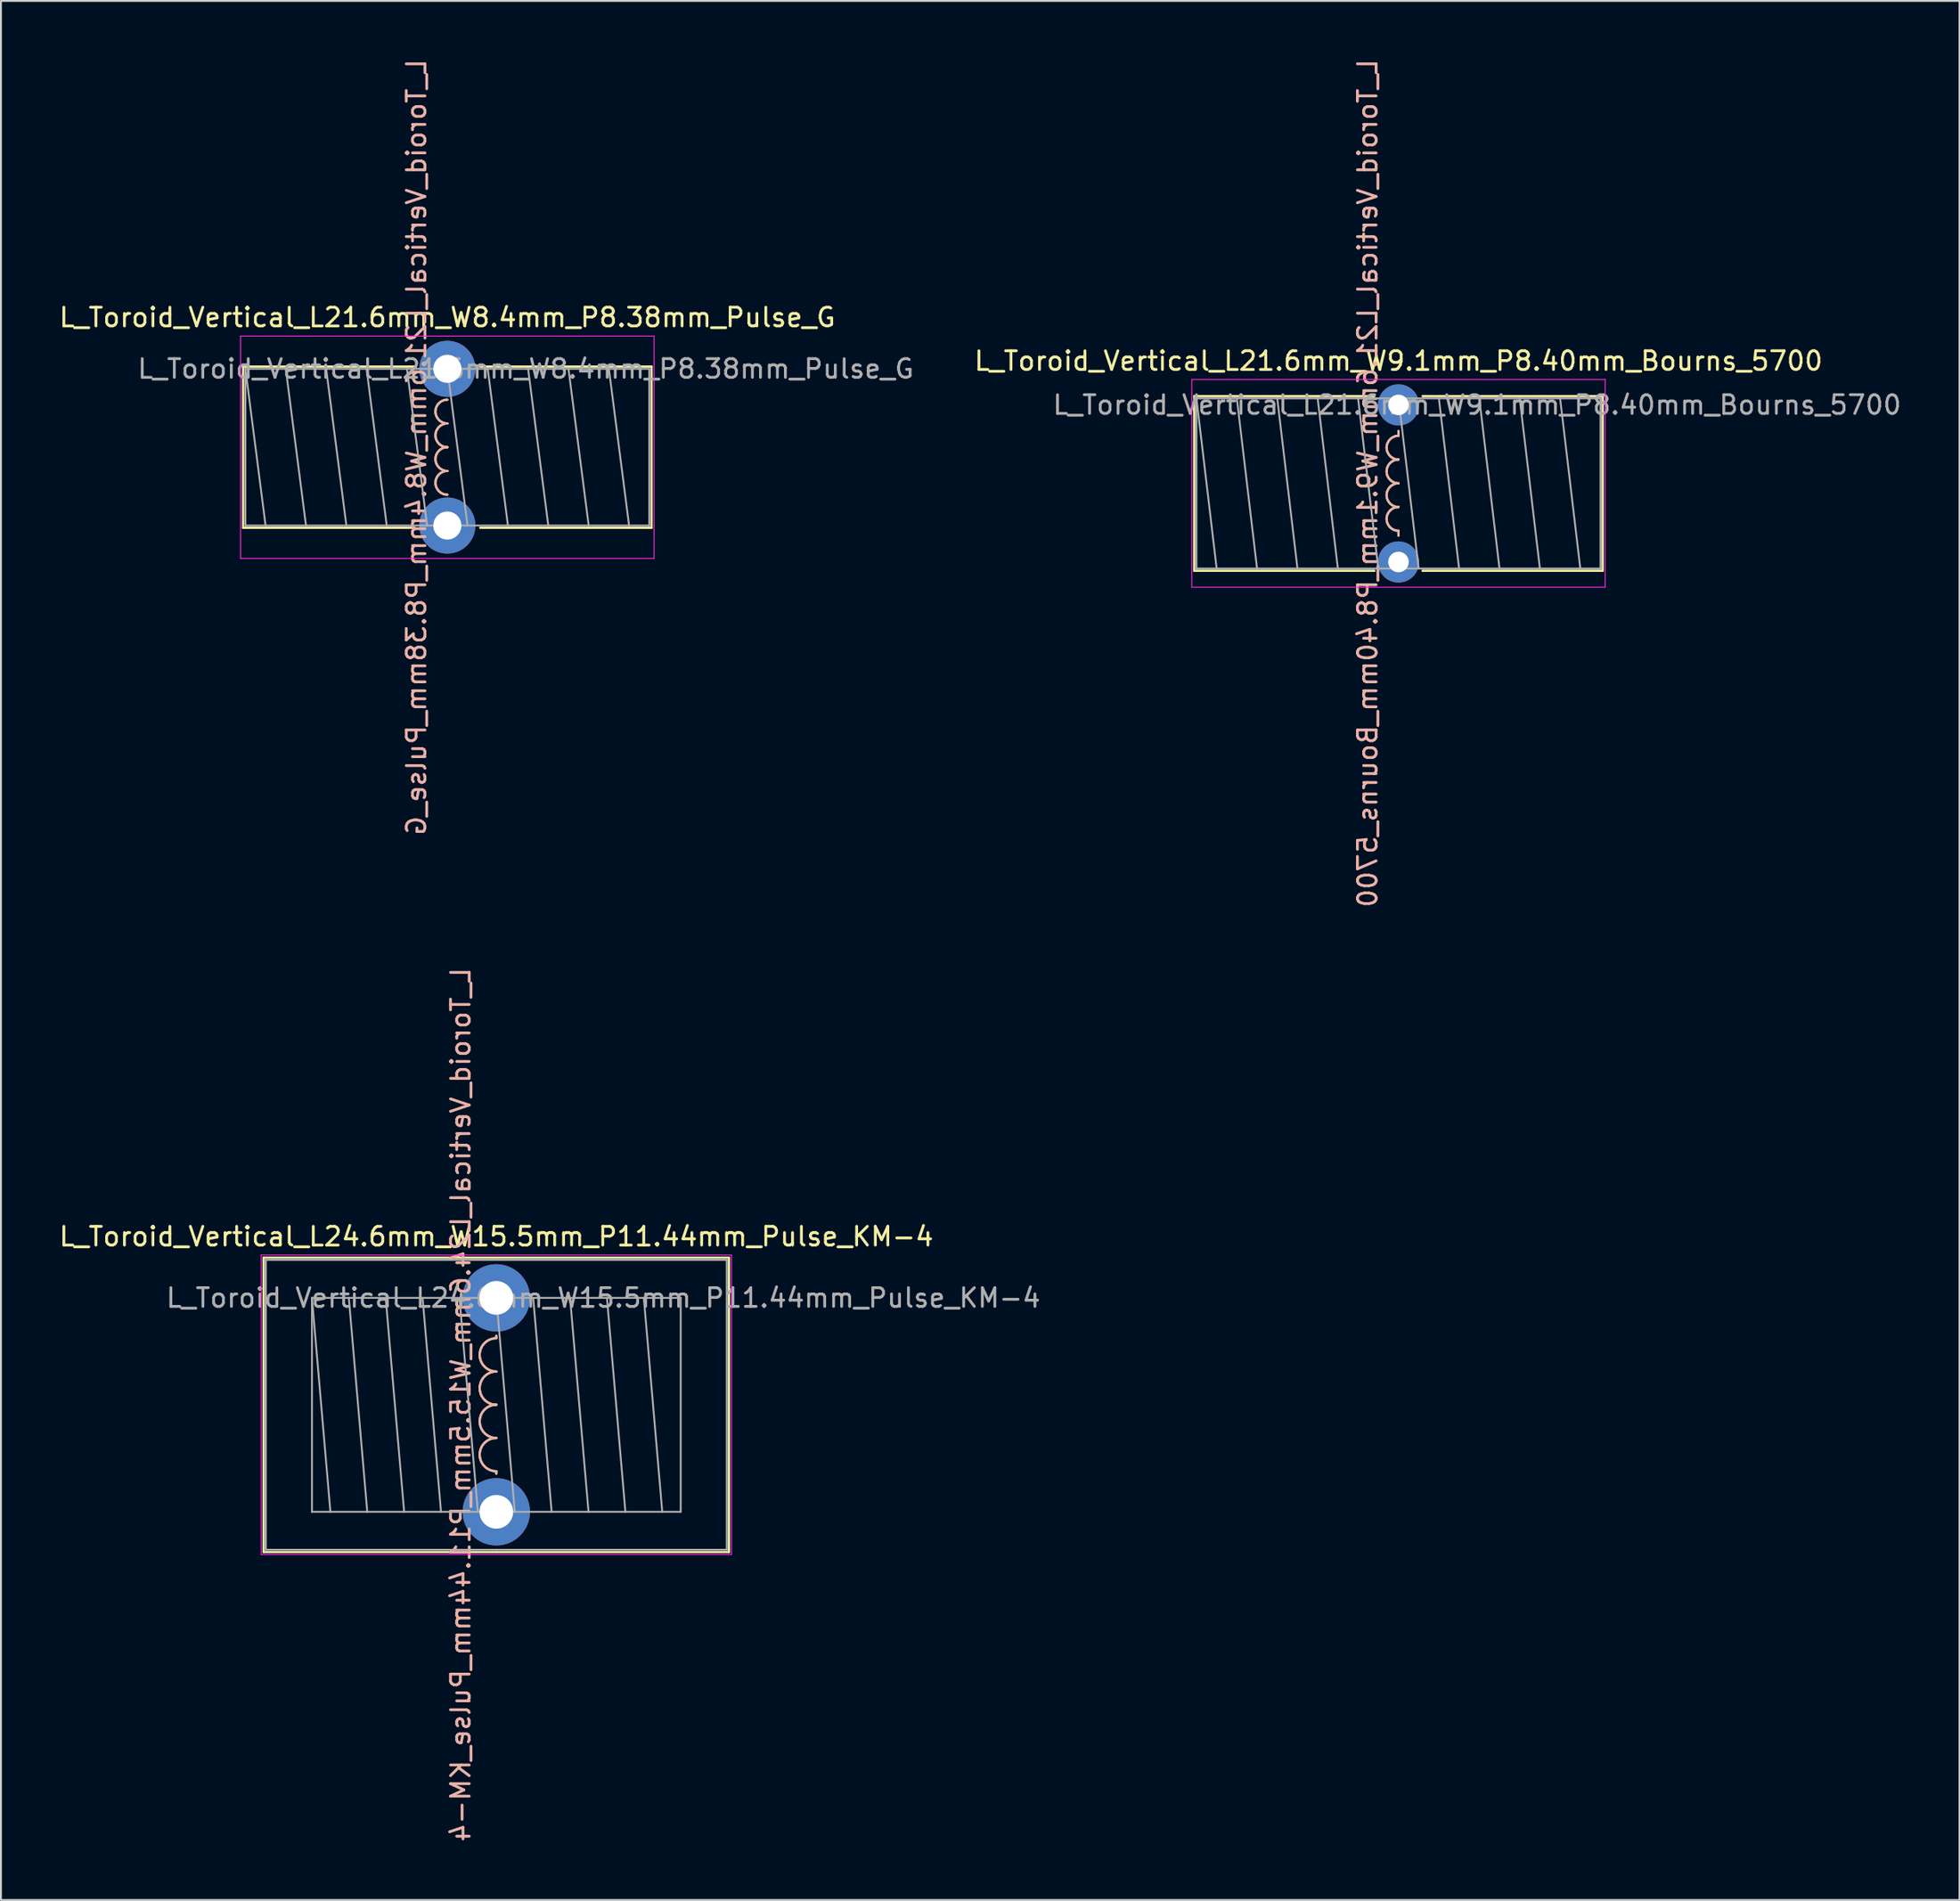
<source format=kicad_pcb>
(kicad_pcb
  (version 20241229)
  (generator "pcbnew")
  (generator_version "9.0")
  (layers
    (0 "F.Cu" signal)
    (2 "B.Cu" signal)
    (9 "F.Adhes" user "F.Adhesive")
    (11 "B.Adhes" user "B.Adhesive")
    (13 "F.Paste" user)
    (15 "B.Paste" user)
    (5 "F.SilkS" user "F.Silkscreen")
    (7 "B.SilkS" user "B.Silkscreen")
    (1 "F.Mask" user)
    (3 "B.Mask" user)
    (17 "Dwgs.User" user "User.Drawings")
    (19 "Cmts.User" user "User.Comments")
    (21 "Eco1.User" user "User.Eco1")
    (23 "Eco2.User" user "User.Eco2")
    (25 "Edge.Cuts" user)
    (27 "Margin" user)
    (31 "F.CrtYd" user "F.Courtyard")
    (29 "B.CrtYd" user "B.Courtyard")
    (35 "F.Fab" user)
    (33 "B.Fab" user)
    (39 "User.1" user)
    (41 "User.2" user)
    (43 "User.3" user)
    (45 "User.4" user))
  (footprint "L_Toroid_Vertical_L21.6mm_W8.4mm_P8.38mm_Pulse_G"
    (layer "F.Cu")
    (at 20.863 16.672)
    (property "Reference" "L_Toroid_Vertical_L21.6mm_W8.4mm_P8.38mm_Pulse_G" (at 0 -2.75 0) (layer "F.SilkS") (effects (font (size 1 1) (thickness 0.15))))
    (fp_line (start -10.915 -0.12) (end -10.915 8.5) (stroke (width 0.12) (type solid)) (layer "F.SilkS"))
    (fp_line (start -10.915 -0.12) (end -1.755 -0.12) (stroke (width 0.12) (type solid)) (layer "F.SilkS"))
    (fp_line (start -10.915 8.5) (end -1.755 8.5) (stroke (width 0.12) (type solid)) (layer "F.SilkS"))
    (fp_line (start 1.755 -0.12) (end 10.915 -0.12) (stroke (width 0.12) (type solid)) (layer "F.SilkS"))
    (fp_line (start 1.755 8.5) (end 10.915 8.5) (stroke (width 0.12) (type solid)) (layer "F.SilkS"))
    (fp_line (start 10.915 -0.12) (end 10.915 8.5) (stroke (width 0.12) (type solid)) (layer "F.SilkS"))
    (fp_arc (start 0 2.921) (mid -0.635 2.286) (end 0 1.651) (stroke (width 0.12) (type solid)) (layer "F.SilkS"))
    (fp_arc (start 0 4.191) (mid -0.635 3.556) (end 0 2.921) (stroke (width 0.12) (type solid)) (layer "F.SilkS"))
    (fp_arc (start 0 5.461) (mid -0.635 4.826) (end 0 4.191) (stroke (width 0.12) (type solid)) (layer "F.SilkS"))
    (fp_arc (start 0 6.731) (mid -0.635 6.096) (end 0 5.461) (stroke (width 0.12) (type solid)) (layer "F.SilkS"))
    (fp_arc (start 0 2.921) (mid -0.635 2.286) (end 0 1.651) (stroke (width 0.12) (type solid)) (layer "B.SilkS"))
    (fp_arc (start 0 4.191) (mid -0.635 3.556) (end 0 2.921) (stroke (width 0.12) (type solid)) (layer "B.SilkS"))
    (fp_arc (start 0 5.461) (mid -0.635 4.826) (end 0 4.191) (stroke (width 0.12) (type solid)) (layer "B.SilkS"))
    (fp_arc (start 0 6.731) (mid -0.635 6.096) (end 0 5.461) (stroke (width 0.12) (type solid)) (layer "B.SilkS"))
    (fp_line (start -11.05 -1.75) (end -11.05 10.14) (stroke (width 0.05) (type solid)) (layer "F.CrtYd"))
    (fp_line (start -11.05 10.14) (end 11.05 10.14) (stroke (width 0.05) (type solid)) (layer "F.CrtYd"))
    (fp_line (start 11.05 -1.75) (end -11.05 -1.75) (stroke (width 0.05) (type solid)) (layer "F.CrtYd"))
    (fp_line (start 11.05 10.14) (end 11.05 -1.75) (stroke (width 0.05) (type solid)) (layer "F.CrtYd"))
    (fp_line (start -10.795 0) (end -10.795 8.38) (stroke (width 0.1) (type solid)) (layer "F.Fab"))
    (fp_line (start -10.795 0) (end -9.716 8.38) (stroke (width 0.1) (type solid)) (layer "F.Fab"))
    (fp_line (start -10.795 8.38) (end 10.795 8.38) (stroke (width 0.1) (type solid)) (layer "F.Fab"))
    (fp_line (start -8.636 0) (end -7.556 8.38) (stroke (width 0.1) (type solid)) (layer "F.Fab"))
    (fp_line (start -6.477 0) (end -5.397 8.38) (stroke (width 0.1) (type solid)) (layer "F.Fab"))
    (fp_line (start -4.318 0) (end -3.239 8.38) (stroke (width 0.1) (type solid)) (layer "F.Fab"))
    (fp_line (start -2.159 0) (end -1.079 8.38) (stroke (width 0.1) (type solid)) (layer "F.Fab"))
    (fp_line (start 0 0) (end 1.079 8.38) (stroke (width 0.1) (type solid)) (layer "F.Fab"))
    (fp_line (start 2.159 0) (end 3.239 8.38) (stroke (width 0.1) (type solid)) (layer "F.Fab"))
    (fp_line (start 4.318 0) (end 5.397 8.38) (stroke (width 0.1) (type solid)) (layer "F.Fab"))
    (fp_line (start 6.477 0) (end 7.556 8.38) (stroke (width 0.1) (type solid)) (layer "F.Fab"))
    (fp_line (start 8.636 0) (end 9.716 8.38) (stroke (width 0.1) (type solid)) (layer "F.Fab"))
    (fp_line (start 10.795 0) (end -10.795 0) (stroke (width 0.1) (type solid)) (layer "F.Fab"))
    (fp_line (start 10.795 8.38) (end 10.795 0) (stroke (width 0.1) (type solid)) (layer "F.Fab"))
    (fp_text user "${REFERENCE}" (at -1.651 4.191 90) (layer "B.SilkS") (effects (font (size 1 1) (thickness 0.15)) (justify mirror)))
    (fp_text user "${REFERENCE}" (at 4.19 0 0) (layer "F.Fab") (effects (font (size 1 1) (thickness 0.15))))
    (pad "1" thru_hole circle (at 0 0) (size 3 3) (drill 1.5) (layers "*.Cu" "*.Mask"))
    (pad "2" thru_hole circle (at 0 8.38) (size 3 3) (drill 1.5) (layers "*.Cu" "*.Mask")))
  (footprint "L_Toroid_Vertical_L24.6mm_W15.5mm_P11.44mm_Pulse_KM-4"
    (layer "F.Cu")
    (at 23.482 66.35)
    (property "Reference" "L_Toroid_Vertical_L24.6mm_W15.5mm_P11.44mm_Pulse_KM-4" (at 0 -3.28 0) (layer "F.SilkS") (effects (font (size 1 1) (thickness 0.15))))
    (fp_line (start -12.44 -2.15) (end -12.44 13.59) (stroke (width 0.12) (type solid)) (layer "F.SilkS"))
    (fp_line (start -12.44 -2.15) (end -0.016 -2.15) (stroke (width 0.12) (type solid)) (layer "F.SilkS"))
    (fp_line (start -12.44 13.59) (end -0.016 13.59) (stroke (width 0.12) (type solid)) (layer "F.SilkS"))
    (fp_line (start 0 2.159) (end 0 2.032) (stroke (width 0.12) (type solid)) (layer "F.SilkS"))
    (fp_line (start 0 9.271) (end 0 9.398) (stroke (width 0.12) (type solid)) (layer "F.SilkS"))
    (fp_line (start 0.016 -2.15) (end 12.44 -2.15) (stroke (width 0.12) (type solid)) (layer "F.SilkS"))
    (fp_line (start 0.016 13.59) (end 12.44 13.59) (stroke (width 0.12) (type solid)) (layer "F.SilkS"))
    (fp_line (start 12.44 -2.15) (end 12.44 13.59) (stroke (width 0.12) (type solid)) (layer "F.SilkS"))
    (fp_arc (start 0 3.937) (mid -0.889 3.048) (end 0 2.159) (stroke (width 0.12) (type solid)) (layer "F.SilkS"))
    (fp_arc (start 0 5.715) (mid -0.889 4.826) (end 0 3.937) (stroke (width 0.12) (type solid)) (layer "F.SilkS"))
    (fp_arc (start 0 7.493) (mid -0.889 6.604) (end 0 5.715) (stroke (width 0.12) (type solid)) (layer "F.SilkS"))
    (fp_arc (start 0 9.271) (mid -0.889 8.382) (end 0 7.493) (stroke (width 0.12) (type solid)) (layer "F.SilkS"))
    (fp_line (start 0 2.159) (end 0 2.032) (stroke (width 0.12) (type solid)) (layer "B.SilkS"))
    (fp_line (start 0 9.271) (end 0 9.398) (stroke (width 0.12) (type solid)) (layer "B.SilkS"))
    (fp_arc (start 0 3.937) (mid -0.889 3.048) (end 0 2.159) (stroke (width 0.12) (type solid)) (layer "B.SilkS"))
    (fp_arc (start 0 5.715) (mid -0.889 4.826) (end 0 3.937) (stroke (width 0.12) (type solid)) (layer "B.SilkS"))
    (fp_arc (start 0 7.493) (mid -0.889 6.604) (end 0 5.715) (stroke (width 0.12) (type solid)) (layer "B.SilkS"))
    (fp_arc (start 0 9.271) (mid -0.889 8.382) (end 0 7.493) (stroke (width 0.12) (type solid)) (layer "B.SilkS"))
    (fp_line (start -12.57 -2.29) (end -12.57 13.72) (stroke (width 0.05) (type solid)) (layer "F.CrtYd"))
    (fp_line (start -12.57 13.72) (end 12.57 13.72) (stroke (width 0.05) (type solid)) (layer "F.CrtYd"))
    (fp_line (start 12.57 -2.29) (end -12.57 -2.29) (stroke (width 0.05) (type solid)) (layer "F.CrtYd"))
    (fp_line (start 12.57 13.72) (end 12.57 -2.29) (stroke (width 0.05) (type solid)) (layer "F.CrtYd"))
    (fp_line (start -12.32 -2.03) (end -12.32 13.47) (stroke (width 0.1) (type solid)) (layer "F.Fab"))
    (fp_line (start -12.32 13.47) (end 12.32 13.47) (stroke (width 0.1) (type solid)) (layer "F.Fab"))
    (fp_line (start -9.856 0) (end -9.856 11.44) (stroke (width 0.1) (type solid)) (layer "F.Fab"))
    (fp_line (start -9.856 0) (end -8.87 11.44) (stroke (width 0.1) (type solid)) (layer "F.Fab"))
    (fp_line (start -9.856 11.44) (end 9.856 11.44) (stroke (width 0.1) (type solid)) (layer "F.Fab"))
    (fp_line (start -7.885 0) (end -6.899 11.44) (stroke (width 0.1) (type solid)) (layer "F.Fab"))
    (fp_line (start -5.914 0) (end -4.928 11.44) (stroke (width 0.1) (type solid)) (layer "F.Fab"))
    (fp_line (start -3.942 0) (end -2.957 11.44) (stroke (width 0.1) (type solid)) (layer "F.Fab"))
    (fp_line (start -1.971 0) (end -0.986 11.44) (stroke (width 0.1) (type solid)) (layer "F.Fab"))
    (fp_line (start 0 0) (end 0.986 11.44) (stroke (width 0.1) (type solid)) (layer "F.Fab"))
    (fp_line (start 1.971 0) (end 2.957 11.44) (stroke (width 0.1) (type solid)) (layer "F.Fab"))
    (fp_line (start 3.942 0) (end 4.928 11.44) (stroke (width 0.1) (type solid)) (layer "F.Fab"))
    (fp_line (start 5.914 0) (end 6.899 11.44) (stroke (width 0.1) (type solid)) (layer "F.Fab"))
    (fp_line (start 7.885 0) (end 8.87 11.44) (stroke (width 0.1) (type solid)) (layer "F.Fab"))
    (fp_line (start 9.856 0) (end -9.856 0) (stroke (width 0.1) (type solid)) (layer "F.Fab"))
    (fp_line (start 9.856 11.44) (end 9.856 0) (stroke (width 0.1) (type solid)) (layer "F.Fab"))
    (fp_line (start 12.32 -2.03) (end -12.32 -2.03) (stroke (width 0.1) (type solid)) (layer "F.Fab"))
    (fp_line (start 12.32 13.47) (end 12.32 -2.03) (stroke (width 0.1) (type solid)) (layer "F.Fab"))
    (fp_text user "${REFERENCE}" (at -1.905 5.715 90) (layer "B.SilkS") (effects (font (size 1 1) (thickness 0.15)) (justify mirror)))
    (fp_text user "${REFERENCE}" (at 5.72 0 0) (layer "F.Fab") (effects (font (size 1 1) (thickness 0.15))))
    (pad "1" thru_hole circle (at 0 0) (size 3.6 3.6) (drill 1.8) (layers "*.Cu" "*.Mask"))
    (pad "2" thru_hole circle (at 0 11.44) (size 3.6 3.6) (drill 1.8) (layers "*.Cu" "*.Mask")))
  (footprint "L_Toroid_Vertical_L21.6mm_W9.1mm_P8.40mm_Bourns_5700"
    (layer "F.Cu")
    (at 71.708 18.601)
    (property "Reference" "L_Toroid_Vertical_L21.6mm_W9.1mm_P8.40mm_Bourns_5700" (at 0 -2.35 0) (layer "F.SilkS") (effects (font (size 1 1) (thickness 0.15))))
    (fp_line (start -10.92 -0.47) (end -10.92 8.87) (stroke (width 0.12) (type solid)) (layer "F.SilkS"))
    (fp_line (start -10.92 -0.47) (end -1.288 -0.47) (stroke (width 0.12) (type solid)) (layer "F.SilkS"))
    (fp_line (start -10.92 8.87) (end -1.288 8.87) (stroke (width 0.12) (type solid)) (layer "F.SilkS"))
    (fp_line (start 0 1.651) (end 0 1.397) (stroke (width 0.12) (type solid)) (layer "F.SilkS"))
    (fp_line (start 0 6.731) (end 0 6.985) (stroke (width 0.12) (type solid)) (layer "F.SilkS"))
    (fp_line (start 1.288 -0.47) (end 10.92 -0.47) (stroke (width 0.12) (type solid)) (layer "F.SilkS"))
    (fp_line (start 1.288 8.87) (end 10.92 8.87) (stroke (width 0.12) (type solid)) (layer "F.SilkS"))
    (fp_line (start 10.92 -0.47) (end 10.92 8.87) (stroke (width 0.12) (type solid)) (layer "F.SilkS"))
    (fp_arc (start 0 2.921) (mid -0.635 2.286) (end 0 1.651) (stroke (width 0.12) (type solid)) (layer "F.SilkS"))
    (fp_arc (start 0 4.191) (mid -0.635 3.556) (end 0 2.921) (stroke (width 0.12) (type solid)) (layer "F.SilkS"))
    (fp_arc (start 0 5.461) (mid -0.635 4.826) (end 0 4.191) (stroke (width 0.12) (type solid)) (layer "F.SilkS"))
    (fp_arc (start 0 6.731) (mid -0.635 6.096) (end 0 5.461) (stroke (width 0.12) (type solid)) (layer "F.SilkS"))
    (fp_line (start 0 1.651) (end 0 1.397) (stroke (width 0.12) (type solid)) (layer "B.SilkS"))
    (fp_line (start 0 6.731) (end 0 6.985) (stroke (width 0.12) (type solid)) (layer "B.SilkS"))
    (fp_arc (start 0 2.921) (mid -0.635 2.286) (end 0 1.651) (stroke (width 0.12) (type solid)) (layer "B.SilkS"))
    (fp_arc (start 0 4.191) (mid -0.635 3.556) (end 0 2.921) (stroke (width 0.12) (type solid)) (layer "B.SilkS"))
    (fp_arc (start 0 5.461) (mid -0.635 4.826) (end 0 4.191) (stroke (width 0.12) (type solid)) (layer "B.SilkS"))
    (fp_arc (start 0 6.731) (mid -0.635 6.096) (end 0 5.461) (stroke (width 0.12) (type solid)) (layer "B.SilkS"))
    (fp_line (start -11.05 -1.36) (end -11.05 9.75) (stroke (width 0.05) (type solid)) (layer "F.CrtYd"))
    (fp_line (start -11.05 9.75) (end 11.05 9.75) (stroke (width 0.05) (type solid)) (layer "F.CrtYd"))
    (fp_line (start 11.05 -1.36) (end -11.05 -1.36) (stroke (width 0.05) (type solid)) (layer "F.CrtYd"))
    (fp_line (start 11.05 9.75) (end 11.05 -1.36) (stroke (width 0.05) (type solid)) (layer "F.CrtYd"))
    (fp_line (start -10.8 -0.35) (end -10.8 8.75) (stroke (width 0.1) (type solid)) (layer "F.Fab"))
    (fp_line (start -10.8 -0.35) (end -9.72 8.75) (stroke (width 0.1) (type solid)) (layer "F.Fab"))
    (fp_line (start -10.8 8.75) (end 10.8 8.75) (stroke (width 0.1) (type solid)) (layer "F.Fab"))
    (fp_line (start -8.64 -0.35) (end -7.56 8.75) (stroke (width 0.1) (type solid)) (layer "F.Fab"))
    (fp_line (start -6.48 -0.35) (end -5.4 8.75) (stroke (width 0.1) (type solid)) (layer "F.Fab"))
    (fp_line (start -4.32 -0.35) (end -3.24 8.75) (stroke (width 0.1) (type solid)) (layer "F.Fab"))
    (fp_line (start -2.16 -0.35) (end -1.08 8.75) (stroke (width 0.1) (type solid)) (layer "F.Fab"))
    (fp_line (start 0 -0.35) (end 1.08 8.75) (stroke (width 0.1) (type solid)) (layer "F.Fab"))
    (fp_line (start 2.16 -0.35) (end 3.24 8.75) (stroke (width 0.1) (type solid)) (layer "F.Fab"))
    (fp_line (start 4.32 -0.35) (end 5.4 8.75) (stroke (width 0.1) (type solid)) (layer "F.Fab"))
    (fp_line (start 6.48 -0.35) (end 7.56 8.75) (stroke (width 0.1) (type solid)) (layer "F.Fab"))
    (fp_line (start 8.64 -0.35) (end 9.72 8.75) (stroke (width 0.1) (type solid)) (layer "F.Fab"))
    (fp_line (start 10.8 -0.35) (end -10.8 -0.35) (stroke (width 0.1) (type solid)) (layer "F.Fab"))
    (fp_line (start 10.8 8.75) (end 10.8 -0.35) (stroke (width 0.1) (type solid)) (layer "F.Fab"))
    (fp_text user "${REFERENCE}" (at -1.651 4.191 90) (layer "B.SilkS") (effects (font (size 1 1) (thickness 0.15)) (justify mirror)))
    (fp_text user "${REFERENCE}" (at 4.2 0 0) (layer "F.Fab") (effects (font (size 1 1) (thickness 0.15))))
    (pad "1" thru_hole circle (at 0 0) (size 2.2 2.2) (drill 1.1) (layers "*.Cu" "*.Mask"))
    (pad "2" thru_hole circle (at 0 8.4) (size 2.2 2.2) (drill 1.1) (layers "*.Cu" "*.Mask")))
  (gr_rect
    (start -3 -3)
    (end 101.7 98.548)
    (stroke (width 0.1) (type default))
    (fill no)
    (layer "Edge.Cuts")))
</source>
